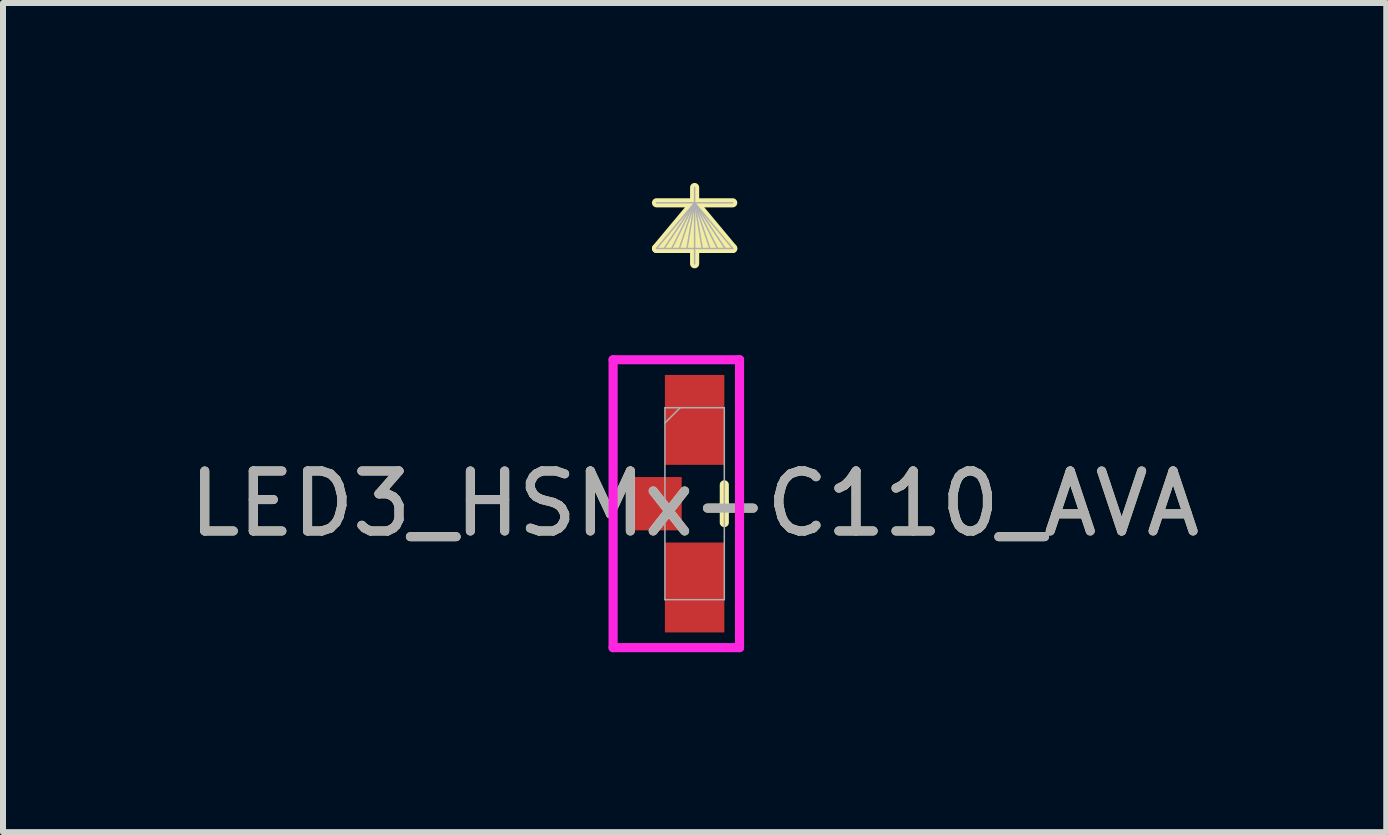
<source format=kicad_pcb>
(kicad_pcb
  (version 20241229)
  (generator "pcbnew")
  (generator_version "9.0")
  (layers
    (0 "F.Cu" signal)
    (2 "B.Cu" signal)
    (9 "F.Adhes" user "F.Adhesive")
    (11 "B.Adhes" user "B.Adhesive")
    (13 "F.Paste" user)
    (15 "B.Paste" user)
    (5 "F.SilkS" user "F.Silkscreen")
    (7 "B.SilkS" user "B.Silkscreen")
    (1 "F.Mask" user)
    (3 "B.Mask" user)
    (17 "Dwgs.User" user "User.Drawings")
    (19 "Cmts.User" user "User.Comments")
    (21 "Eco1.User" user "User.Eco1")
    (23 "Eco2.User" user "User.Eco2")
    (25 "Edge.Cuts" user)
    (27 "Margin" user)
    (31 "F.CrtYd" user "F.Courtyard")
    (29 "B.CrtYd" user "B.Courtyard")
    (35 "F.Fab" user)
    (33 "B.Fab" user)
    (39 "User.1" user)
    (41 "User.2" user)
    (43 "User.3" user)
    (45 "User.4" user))
  (footprint "LED3_HSMx-C110_AVA"
    (layer "F.Cu")
    (at 8.53 5.347)
    (property "Reference" "LED3_HSMx-C110_AVA" (at 0 0 0) (unlocked yes) (layer "F.SilkS") (effects (font (size 1 1) (thickness 0.15))))
    (attr smd)
    (fp_line (start 0 -5.016) (end -0.635 -4.255) (stroke (width 0.152) (type solid)) (layer "F.SilkS"))
    (fp_line (start 0 -5.016) (end -0.508 -4.255) (stroke (width 0.152) (type solid)) (layer "F.SilkS"))
    (fp_line (start 0 -5.016) (end -0.381 -4.255) (stroke (width 0.152) (type solid)) (layer "F.SilkS"))
    (fp_line (start 0 -5.016) (end -0.254 -4.255) (stroke (width 0.152) (type solid)) (layer "F.SilkS"))
    (fp_line (start 0 -5.016) (end -0.127 -4.255) (stroke (width 0.152) (type solid)) (layer "F.SilkS"))
    (fp_line (start 0 -5.016) (end 0.127 -4.255) (stroke (width 0.152) (type solid)) (layer "F.SilkS"))
    (fp_line (start 0 -5.016) (end 0.254 -4.255) (stroke (width 0.152) (type solid)) (layer "F.SilkS"))
    (fp_line (start 0 -5.016) (end 0.381 -4.255) (stroke (width 0.152) (type solid)) (layer "F.SilkS"))
    (fp_line (start 0 -5.016) (end 0.508 -4.255) (stroke (width 0.152) (type solid)) (layer "F.SilkS"))
    (fp_line (start 0 -5.016) (end 0.635 -4.255) (stroke (width 0.152) (type solid)) (layer "F.SilkS"))
    (fp_line (start 0 -4) (end 0 -5.271) (stroke (width 0.152) (type solid)) (layer "F.SilkS"))
    (fp_line (start 0.495 0) (end 0.495 -0.315) (stroke (width 0.152) (type solid)) (layer "F.SilkS"))
    (fp_line (start 0.495 0) (end 0.495 0.315) (stroke (width 0.152) (type solid)) (layer "F.SilkS"))
    (fp_line (start 0.635 -5.016) (end -0.635 -5.016) (stroke (width 0.152) (type solid)) (layer "F.SilkS"))
    (fp_line (start 0.635 -4.255) (end -0.635 -4.255) (stroke (width 0.152) (type solid)) (layer "F.SilkS"))
    (fp_line (start -1.359 -2.4) (end 0.749 -2.4) (stroke (width 0.152) (type solid)) (layer "F.CrtYd"))
    (fp_line (start -1.359 2.4) (end -1.359 -2.4) (stroke (width 0.152) (type solid)) (layer "F.CrtYd"))
    (fp_line (start 0.749 -2.4) (end 0.749 2.4) (stroke (width 0.152) (type solid)) (layer "F.CrtYd"))
    (fp_line (start 0.749 2.4) (end -1.359 2.4) (stroke (width 0.152) (type solid)) (layer "F.CrtYd"))
    (fp_line (start -0.495 -1.6) (end 0.495 -1.6) (stroke (width 0.025) (type solid)) (layer "F.Fab"))
    (fp_line (start -0.495 0) (end -0.495 -1.6) (stroke (width 0.025) (type solid)) (layer "F.Fab"))
    (fp_line (start -0.495 0) (end -0.495 1.6) (stroke (width 0.025) (type solid)) (layer "F.Fab"))
    (fp_line (start -0.495 1.6) (end 0.495 1.6) (stroke (width 0.025) (type solid)) (layer "F.Fab"))
    (fp_line (start -0.241 -1.6) (end -0.495 -1.346) (stroke (width 0.025) (type solid)) (layer "F.Fab"))
    (fp_line (start 0 -5.016) (end -0.635 -4.255) (stroke (width 0.025) (type solid)) (layer "F.Fab"))
    (fp_line (start 0 -5.016) (end -0.508 -4.255) (stroke (width 0.025) (type solid)) (layer "F.Fab"))
    (fp_line (start 0 -5.016) (end -0.381 -4.255) (stroke (width 0.025) (type solid)) (layer "F.Fab"))
    (fp_line (start 0 -5.016) (end -0.254 -4.255) (stroke (width 0.025) (type solid)) (layer "F.Fab"))
    (fp_line (start 0 -5.016) (end -0.127 -4.255) (stroke (width 0.025) (type solid)) (layer "F.Fab"))
    (fp_line (start 0 -5.016) (end 0.127 -4.255) (stroke (width 0.025) (type solid)) (layer "F.Fab"))
    (fp_line (start 0 -5.016) (end 0.254 -4.255) (stroke (width 0.025) (type solid)) (layer "F.Fab"))
    (fp_line (start 0 -5.016) (end 0.381 -4.255) (stroke (width 0.025) (type solid)) (layer "F.Fab"))
    (fp_line (start 0 -5.016) (end 0.508 -4.255) (stroke (width 0.025) (type solid)) (layer "F.Fab"))
    (fp_line (start 0 -5.016) (end 0.635 -4.255) (stroke (width 0.025) (type solid)) (layer "F.Fab"))
    (fp_line (start 0 -4) (end 0 -5.271) (stroke (width 0.025) (type solid)) (layer "F.Fab"))
    (fp_line (start 0.495 0) (end 0.495 -1.6) (stroke (width 0.025) (type solid)) (layer "F.Fab"))
    (fp_line (start 0.495 0) (end 0.495 1.6) (stroke (width 0.025) (type solid)) (layer "F.Fab"))
    (fp_line (start 0.635 -5.016) (end -0.635 -5.016) (stroke (width 0.025) (type solid)) (layer "F.Fab"))
    (fp_line (start 0.635 -4.255) (end -0.635 -4.255) (stroke (width 0.025) (type solid)) (layer "F.Fab"))
    (fp_text user "${REFERENCE}" (at 0 0 0) (unlocked yes) (layer "F.Fab") (effects (font (size 1 1) (thickness 0.15))))
    (pad "1" smd rect (at 0 -1.397) (size 0.991 1.499) (layers "F.Cu" "F.Mask" "F.Paste"))
    (pad "2" smd rect (at -0.66 0) (size 0.889 0.889) (layers "F.Cu" "F.Mask" "F.Paste"))
    (pad "3" smd rect (at 0 1.397) (size 0.991 1.499) (layers "F.Cu" "F.Mask" "F.Paste")))
  (gr_rect
    (start -3 -3)
    (end 20.06 10.823)
    (stroke (width 0.1) (type default))
    (fill no)
    (layer "Edge.Cuts")))
</source>
